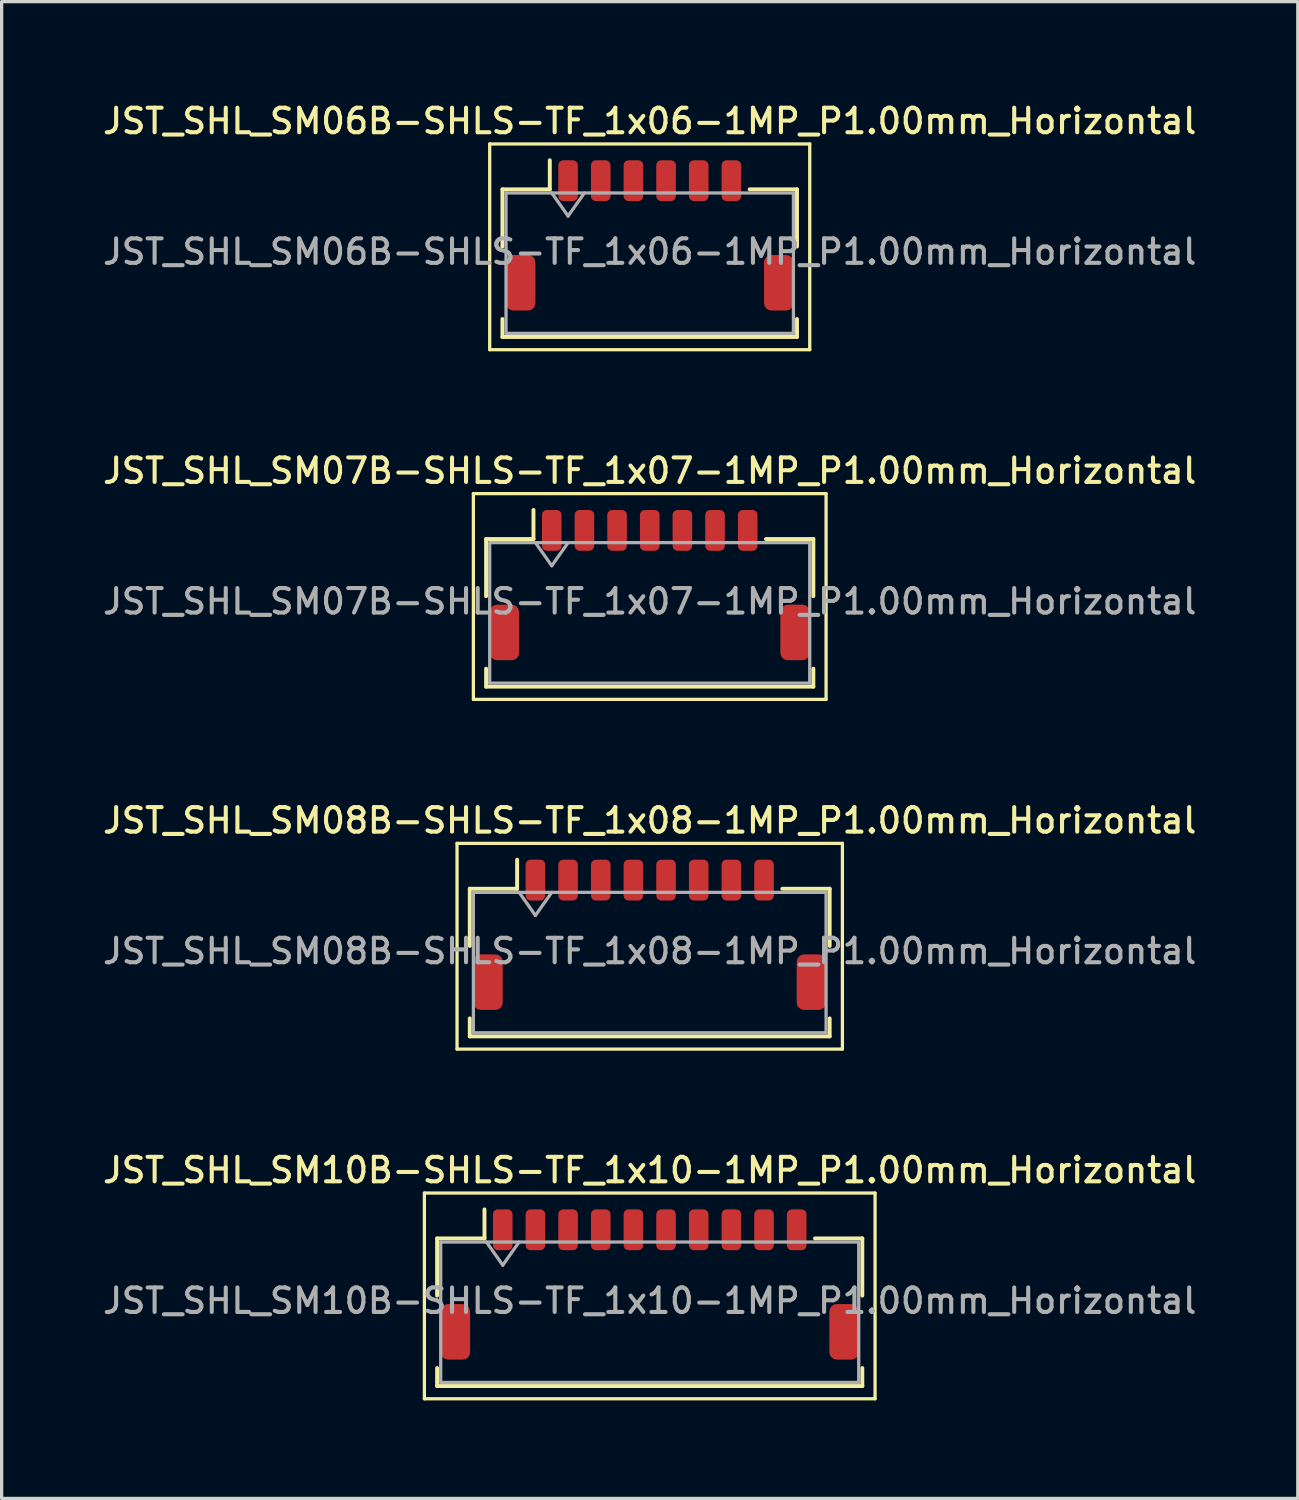
<source format=kicad_pcb>
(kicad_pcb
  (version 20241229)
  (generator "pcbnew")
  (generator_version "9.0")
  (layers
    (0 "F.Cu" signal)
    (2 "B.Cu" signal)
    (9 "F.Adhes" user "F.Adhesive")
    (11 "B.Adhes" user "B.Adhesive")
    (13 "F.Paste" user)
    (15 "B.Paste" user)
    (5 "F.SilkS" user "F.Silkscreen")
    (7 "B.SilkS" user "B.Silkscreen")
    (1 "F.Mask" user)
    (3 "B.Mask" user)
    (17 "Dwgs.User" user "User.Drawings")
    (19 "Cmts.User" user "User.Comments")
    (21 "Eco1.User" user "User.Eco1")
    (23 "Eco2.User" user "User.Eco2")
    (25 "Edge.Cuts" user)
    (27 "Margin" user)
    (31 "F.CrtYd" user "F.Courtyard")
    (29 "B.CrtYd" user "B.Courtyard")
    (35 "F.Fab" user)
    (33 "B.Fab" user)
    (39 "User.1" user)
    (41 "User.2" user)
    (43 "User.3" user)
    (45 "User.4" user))
  (footprint "JST_SHL_SM08B-SHLS-TF_1x08-1MP_P1.00mm_Horizontal"
    (layer "F.Cu")
    (at 16.845 25.574)
    (property "Reference" "JST_SHL_SM08B-SHLS-TF_1x08-1MP_P1.00mm_Horizontal" (at 0 -3.5 0) (layer "F.SilkS") (effects (font (size 0.75 0.75) (thickness 0.125))))
    (attr smd)
    (fp_line (start -5.9 -2.8) (end -5.9 3.5) (stroke (width 0.1) (type solid)) (layer "F.SilkS"))
    (fp_line (start -5.9 3.5) (end 5.9 3.5) (stroke (width 0.1) (type solid)) (layer "F.SilkS"))
    (fp_line (start -5.51 -1.41) (end -4.06 -1.41) (stroke (width 0.12) (type solid)) (layer "F.SilkS"))
    (fp_line (start -5.51 0.34) (end -5.51 -1.41) (stroke (width 0.12) (type solid)) (layer "F.SilkS"))
    (fp_line (start -5.51 2.56) (end -5.51 3.11) (stroke (width 0.12) (type solid)) (layer "F.SilkS"))
    (fp_line (start -5.51 3.11) (end 5.51 3.11) (stroke (width 0.12) (type solid)) (layer "F.SilkS"))
    (fp_line (start -4.06 -1.41) (end -4.06 -2.3) (stroke (width 0.12) (type solid)) (layer "F.SilkS"))
    (fp_line (start 5.51 -1.41) (end 4.06 -1.41) (stroke (width 0.12) (type solid)) (layer "F.SilkS"))
    (fp_line (start 5.51 0.34) (end 5.51 -1.41) (stroke (width 0.12) (type solid)) (layer "F.SilkS"))
    (fp_line (start 5.51 3.11) (end 5.51 2.56) (stroke (width 0.12) (type solid)) (layer "F.SilkS"))
    (fp_line (start 5.9 -2.8) (end -5.9 -2.8) (stroke (width 0.1) (type solid)) (layer "F.SilkS"))
    (fp_line (start 5.9 3.5) (end 5.9 -2.8) (stroke (width 0.1) (type solid)) (layer "F.SilkS"))
    (fp_line (start -5.4 -1.3) (end -5.4 3) (stroke (width 0.1) (type solid)) (layer "F.Fab"))
    (fp_line (start -5.4 -1.3) (end 5.4 -1.3) (stroke (width 0.1) (type solid)) (layer "F.Fab"))
    (fp_line (start -5.4 3) (end 5.4 3) (stroke (width 0.1) (type solid)) (layer "F.Fab"))
    (fp_line (start -4 -1.3) (end -3.5 -0.593) (stroke (width 0.1) (type solid)) (layer "F.Fab"))
    (fp_line (start -3.5 -0.593) (end -3 -1.3) (stroke (width 0.1) (type solid)) (layer "F.Fab"))
    (fp_line (start 5.4 -1.3) (end 5.4 3) (stroke (width 0.1) (type solid)) (layer "F.Fab"))
    (fp_text user "${REFERENCE}" (at 0 0.5 0) (layer "F.Fab") (effects (font (size 0.75 0.75) (thickness 0.125))))
    (pad "1" smd roundrect (at -3.5 -1.675) (size 0.6 1.25) (layers "F.Cu" "F.Mask" "F.Paste") (roundrect_rratio 0.25))
    (pad "2" smd roundrect (at -2.5 -1.675) (size 0.6 1.25) (layers "F.Cu" "F.Mask" "F.Paste") (roundrect_rratio 0.25))
    (pad "3" smd roundrect (at -1.5 -1.675) (size 0.6 1.25) (layers "F.Cu" "F.Mask" "F.Paste") (roundrect_rratio 0.25))
    (pad "4" smd roundrect (at -0.5 -1.675) (size 0.6 1.25) (layers "F.Cu" "F.Mask" "F.Paste") (roundrect_rratio 0.25))
    (pad "5" smd roundrect (at 0.5 -1.675) (size 0.6 1.25) (layers "F.Cu" "F.Mask" "F.Paste") (roundrect_rratio 0.25))
    (pad "6" smd roundrect (at 1.5 -1.675) (size 0.6 1.25) (layers "F.Cu" "F.Mask" "F.Paste") (roundrect_rratio 0.25))
    (pad "7" smd roundrect (at 2.5 -1.675) (size 0.6 1.25) (layers "F.Cu" "F.Mask" "F.Paste") (roundrect_rratio 0.25))
    (pad "8" smd roundrect (at 3.5 -1.675) (size 0.6 1.25) (layers "F.Cu" "F.Mask" "F.Paste") (roundrect_rratio 0.25))
    (pad "MP" smd roundrect (at -4.95 1.45) (size 0.9 1.7) (layers "F.Cu" "F.Mask" "F.Paste") (roundrect_rratio 0.25))
    (pad "MP" smd roundrect (at 4.95 1.45) (size 0.9 1.7) (layers "F.Cu" "F.Mask" "F.Paste") (roundrect_rratio 0.25)))
  (footprint "JST_SHL_SM06B-SHLS-TF_1x06-1MP_P1.00mm_Horizontal"
    (layer "F.Cu")
    (at 16.845 4.158)
    (property "Reference" "JST_SHL_SM06B-SHLS-TF_1x06-1MP_P1.00mm_Horizontal" (at 0 -3.5 0) (layer "F.SilkS") (effects (font (size 0.75 0.75) (thickness 0.125))))
    (attr smd)
    (fp_line (start -4.9 -2.8) (end -4.9 3.5) (stroke (width 0.1) (type solid)) (layer "F.SilkS"))
    (fp_line (start -4.9 3.5) (end 4.9 3.5) (stroke (width 0.1) (type solid)) (layer "F.SilkS"))
    (fp_line (start -4.51 -1.41) (end -3.06 -1.41) (stroke (width 0.12) (type solid)) (layer "F.SilkS"))
    (fp_line (start -4.51 0.34) (end -4.51 -1.41) (stroke (width 0.12) (type solid)) (layer "F.SilkS"))
    (fp_line (start -4.51 2.56) (end -4.51 3.11) (stroke (width 0.12) (type solid)) (layer "F.SilkS"))
    (fp_line (start -4.51 3.11) (end 4.51 3.11) (stroke (width 0.12) (type solid)) (layer "F.SilkS"))
    (fp_line (start -3.06 -1.41) (end -3.06 -2.3) (stroke (width 0.12) (type solid)) (layer "F.SilkS"))
    (fp_line (start 4.51 -1.41) (end 3.06 -1.41) (stroke (width 0.12) (type solid)) (layer "F.SilkS"))
    (fp_line (start 4.51 0.34) (end 4.51 -1.41) (stroke (width 0.12) (type solid)) (layer "F.SilkS"))
    (fp_line (start 4.51 3.11) (end 4.51 2.56) (stroke (width 0.12) (type solid)) (layer "F.SilkS"))
    (fp_line (start 4.9 -2.8) (end -4.9 -2.8) (stroke (width 0.1) (type solid)) (layer "F.SilkS"))
    (fp_line (start 4.9 3.5) (end 4.9 -2.8) (stroke (width 0.1) (type solid)) (layer "F.SilkS"))
    (fp_line (start -4.4 -1.3) (end -4.4 3) (stroke (width 0.1) (type solid)) (layer "F.Fab"))
    (fp_line (start -4.4 -1.3) (end 4.4 -1.3) (stroke (width 0.1) (type solid)) (layer "F.Fab"))
    (fp_line (start -4.4 3) (end 4.4 3) (stroke (width 0.1) (type solid)) (layer "F.Fab"))
    (fp_line (start -3 -1.3) (end -2.5 -0.593) (stroke (width 0.1) (type solid)) (layer "F.Fab"))
    (fp_line (start -2.5 -0.593) (end -2 -1.3) (stroke (width 0.1) (type solid)) (layer "F.Fab"))
    (fp_line (start 4.4 -1.3) (end 4.4 3) (stroke (width 0.1) (type solid)) (layer "F.Fab"))
    (fp_text user "${REFERENCE}" (at 0 0.5 0) (layer "F.Fab") (effects (font (size 0.75 0.75) (thickness 0.125))))
    (pad "1" smd roundrect (at -2.5 -1.675) (size 0.6 1.25) (layers "F.Cu" "F.Mask" "F.Paste") (roundrect_rratio 0.25))
    (pad "2" smd roundrect (at -1.5 -1.675) (size 0.6 1.25) (layers "F.Cu" "F.Mask" "F.Paste") (roundrect_rratio 0.25))
    (pad "3" smd roundrect (at -0.5 -1.675) (size 0.6 1.25) (layers "F.Cu" "F.Mask" "F.Paste") (roundrect_rratio 0.25))
    (pad "4" smd roundrect (at 0.5 -1.675) (size 0.6 1.25) (layers "F.Cu" "F.Mask" "F.Paste") (roundrect_rratio 0.25))
    (pad "5" smd roundrect (at 1.5 -1.675) (size 0.6 1.25) (layers "F.Cu" "F.Mask" "F.Paste") (roundrect_rratio 0.25))
    (pad "6" smd roundrect (at 2.5 -1.675) (size 0.6 1.25) (layers "F.Cu" "F.Mask" "F.Paste") (roundrect_rratio 0.25))
    (pad "MP" smd roundrect (at -3.95 1.45) (size 0.9 1.7) (layers "F.Cu" "F.Mask" "F.Paste") (roundrect_rratio 0.25))
    (pad "MP" smd roundrect (at 3.95 1.45) (size 0.9 1.7) (layers "F.Cu" "F.Mask" "F.Paste") (roundrect_rratio 0.25)))
  (footprint "JST_SHL_SM07B-SHLS-TF_1x07-1MP_P1.00mm_Horizontal"
    (layer "F.Cu")
    (at 16.845 14.866)
    (property "Reference" "JST_SHL_SM07B-SHLS-TF_1x07-1MP_P1.00mm_Horizontal" (at 0 -3.5 0) (layer "F.SilkS") (effects (font (size 0.75 0.75) (thickness 0.125))))
    (attr smd)
    (fp_line (start -5.4 -2.8) (end -5.4 3.5) (stroke (width 0.1) (type solid)) (layer "F.SilkS"))
    (fp_line (start -5.4 3.5) (end 5.4 3.5) (stroke (width 0.1) (type solid)) (layer "F.SilkS"))
    (fp_line (start -5.01 -1.41) (end -3.56 -1.41) (stroke (width 0.12) (type solid)) (layer "F.SilkS"))
    (fp_line (start -5.01 0.34) (end -5.01 -1.41) (stroke (width 0.12) (type solid)) (layer "F.SilkS"))
    (fp_line (start -5.01 2.56) (end -5.01 3.11) (stroke (width 0.12) (type solid)) (layer "F.SilkS"))
    (fp_line (start -5.01 3.11) (end 5.01 3.11) (stroke (width 0.12) (type solid)) (layer "F.SilkS"))
    (fp_line (start -3.56 -1.41) (end -3.56 -2.3) (stroke (width 0.12) (type solid)) (layer "F.SilkS"))
    (fp_line (start 5.01 -1.41) (end 3.56 -1.41) (stroke (width 0.12) (type solid)) (layer "F.SilkS"))
    (fp_line (start 5.01 0.34) (end 5.01 -1.41) (stroke (width 0.12) (type solid)) (layer "F.SilkS"))
    (fp_line (start 5.01 3.11) (end 5.01 2.56) (stroke (width 0.12) (type solid)) (layer "F.SilkS"))
    (fp_line (start 5.4 -2.8) (end -5.4 -2.8) (stroke (width 0.1) (type solid)) (layer "F.SilkS"))
    (fp_line (start 5.4 3.5) (end 5.4 -2.8) (stroke (width 0.1) (type solid)) (layer "F.SilkS"))
    (fp_line (start -4.9 -1.3) (end -4.9 3) (stroke (width 0.1) (type solid)) (layer "F.Fab"))
    (fp_line (start -4.9 -1.3) (end 4.9 -1.3) (stroke (width 0.1) (type solid)) (layer "F.Fab"))
    (fp_line (start -4.9 3) (end 4.9 3) (stroke (width 0.1) (type solid)) (layer "F.Fab"))
    (fp_line (start -3.5 -1.3) (end -3 -0.593) (stroke (width 0.1) (type solid)) (layer "F.Fab"))
    (fp_line (start -3 -0.593) (end -2.5 -1.3) (stroke (width 0.1) (type solid)) (layer "F.Fab"))
    (fp_line (start 4.9 -1.3) (end 4.9 3) (stroke (width 0.1) (type solid)) (layer "F.Fab"))
    (fp_text user "${REFERENCE}" (at 0 0.5 0) (layer "F.Fab") (effects (font (size 0.75 0.75) (thickness 0.125))))
    (pad "1" smd roundrect (at -3 -1.675) (size 0.6 1.25) (layers "F.Cu" "F.Mask" "F.Paste") (roundrect_rratio 0.25))
    (pad "2" smd roundrect (at -2 -1.675) (size 0.6 1.25) (layers "F.Cu" "F.Mask" "F.Paste") (roundrect_rratio 0.25))
    (pad "3" smd roundrect (at -1 -1.675) (size 0.6 1.25) (layers "F.Cu" "F.Mask" "F.Paste") (roundrect_rratio 0.25))
    (pad "4" smd roundrect (at 0 -1.675) (size 0.6 1.25) (layers "F.Cu" "F.Mask" "F.Paste") (roundrect_rratio 0.25))
    (pad "5" smd roundrect (at 1 -1.675) (size 0.6 1.25) (layers "F.Cu" "F.Mask" "F.Paste") (roundrect_rratio 0.25))
    (pad "6" smd roundrect (at 2 -1.675) (size 0.6 1.25) (layers "F.Cu" "F.Mask" "F.Paste") (roundrect_rratio 0.25))
    (pad "7" smd roundrect (at 3 -1.675) (size 0.6 1.25) (layers "F.Cu" "F.Mask" "F.Paste") (roundrect_rratio 0.25))
    (pad "MP" smd roundrect (at -4.45 1.45) (size 0.9 1.7) (layers "F.Cu" "F.Mask" "F.Paste") (roundrect_rratio 0.25))
    (pad "MP" smd roundrect (at 4.45 1.45) (size 0.9 1.7) (layers "F.Cu" "F.Mask" "F.Paste") (roundrect_rratio 0.25)))
  (footprint "JST_SHL_SM10B-SHLS-TF_1x10-1MP_P1.00mm_Horizontal"
    (layer "F.Cu")
    (at 16.845 36.282)
    (property "Reference" "JST_SHL_SM10B-SHLS-TF_1x10-1MP_P1.00mm_Horizontal" (at 0 -3.5 0) (layer "F.SilkS") (effects (font (size 0.75 0.75) (thickness 0.125))))
    (attr smd)
    (fp_line (start -6.9 -2.8) (end -6.9 3.5) (stroke (width 0.1) (type solid)) (layer "F.SilkS"))
    (fp_line (start -6.9 3.5) (end 6.9 3.5) (stroke (width 0.1) (type solid)) (layer "F.SilkS"))
    (fp_line (start -6.51 -1.41) (end -5.06 -1.41) (stroke (width 0.12) (type solid)) (layer "F.SilkS"))
    (fp_line (start -6.51 0.34) (end -6.51 -1.41) (stroke (width 0.12) (type solid)) (layer "F.SilkS"))
    (fp_line (start -6.51 2.56) (end -6.51 3.11) (stroke (width 0.12) (type solid)) (layer "F.SilkS"))
    (fp_line (start -6.51 3.11) (end 6.51 3.11) (stroke (width 0.12) (type solid)) (layer "F.SilkS"))
    (fp_line (start -5.06 -1.41) (end -5.06 -2.3) (stroke (width 0.12) (type solid)) (layer "F.SilkS"))
    (fp_line (start 6.51 -1.41) (end 5.06 -1.41) (stroke (width 0.12) (type solid)) (layer "F.SilkS"))
    (fp_line (start 6.51 0.34) (end 6.51 -1.41) (stroke (width 0.12) (type solid)) (layer "F.SilkS"))
    (fp_line (start 6.51 3.11) (end 6.51 2.56) (stroke (width 0.12) (type solid)) (layer "F.SilkS"))
    (fp_line (start 6.9 -2.8) (end -6.9 -2.8) (stroke (width 0.1) (type solid)) (layer "F.SilkS"))
    (fp_line (start 6.9 3.5) (end 6.9 -2.8) (stroke (width 0.1) (type solid)) (layer "F.SilkS"))
    (fp_line (start -6.4 -1.3) (end -6.4 3) (stroke (width 0.1) (type solid)) (layer "F.Fab"))
    (fp_line (start -6.4 -1.3) (end 6.4 -1.3) (stroke (width 0.1) (type solid)) (layer "F.Fab"))
    (fp_line (start -6.4 3) (end 6.4 3) (stroke (width 0.1) (type solid)) (layer "F.Fab"))
    (fp_line (start -5 -1.3) (end -4.5 -0.593) (stroke (width 0.1) (type solid)) (layer "F.Fab"))
    (fp_line (start -4.5 -0.593) (end -4 -1.3) (stroke (width 0.1) (type solid)) (layer "F.Fab"))
    (fp_line (start 6.4 -1.3) (end 6.4 3) (stroke (width 0.1) (type solid)) (layer "F.Fab"))
    (fp_text user "${REFERENCE}" (at 0 0.5 0) (layer "F.Fab") (effects (font (size 0.75 0.75) (thickness 0.125))))
    (pad "1" smd roundrect (at -4.5 -1.675) (size 0.6 1.25) (layers "F.Cu" "F.Mask" "F.Paste") (roundrect_rratio 0.25))
    (pad "2" smd roundrect (at -3.5 -1.675) (size 0.6 1.25) (layers "F.Cu" "F.Mask" "F.Paste") (roundrect_rratio 0.25))
    (pad "3" smd roundrect (at -2.5 -1.675) (size 0.6 1.25) (layers "F.Cu" "F.Mask" "F.Paste") (roundrect_rratio 0.25))
    (pad "4" smd roundrect (at -1.5 -1.675) (size 0.6 1.25) (layers "F.Cu" "F.Mask" "F.Paste") (roundrect_rratio 0.25))
    (pad "5" smd roundrect (at -0.5 -1.675) (size 0.6 1.25) (layers "F.Cu" "F.Mask" "F.Paste") (roundrect_rratio 0.25))
    (pad "6" smd roundrect (at 0.5 -1.675) (size 0.6 1.25) (layers "F.Cu" "F.Mask" "F.Paste") (roundrect_rratio 0.25))
    (pad "7" smd roundrect (at 1.5 -1.675) (size 0.6 1.25) (layers "F.Cu" "F.Mask" "F.Paste") (roundrect_rratio 0.25))
    (pad "8" smd roundrect (at 2.5 -1.675) (size 0.6 1.25) (layers "F.Cu" "F.Mask" "F.Paste") (roundrect_rratio 0.25))
    (pad "9" smd roundrect (at 3.5 -1.675) (size 0.6 1.25) (layers "F.Cu" "F.Mask" "F.Paste") (roundrect_rratio 0.25))
    (pad "10" smd roundrect (at 4.5 -1.675) (size 0.6 1.25) (layers "F.Cu" "F.Mask" "F.Paste") (roundrect_rratio 0.25))
    (pad "MP" smd roundrect (at -5.95 1.45) (size 0.9 1.7) (layers "F.Cu" "F.Mask" "F.Paste") (roundrect_rratio 0.25))
    (pad "MP" smd roundrect (at 5.95 1.45) (size 0.9 1.7) (layers "F.Cu" "F.Mask" "F.Paste") (roundrect_rratio 0.25)))
  (gr_rect
    (start -3 -3)
    (end 36.689 42.833)
    (stroke (width 0.1) (type default))
    (fill no)
    (layer "Edge.Cuts")))
</source>
